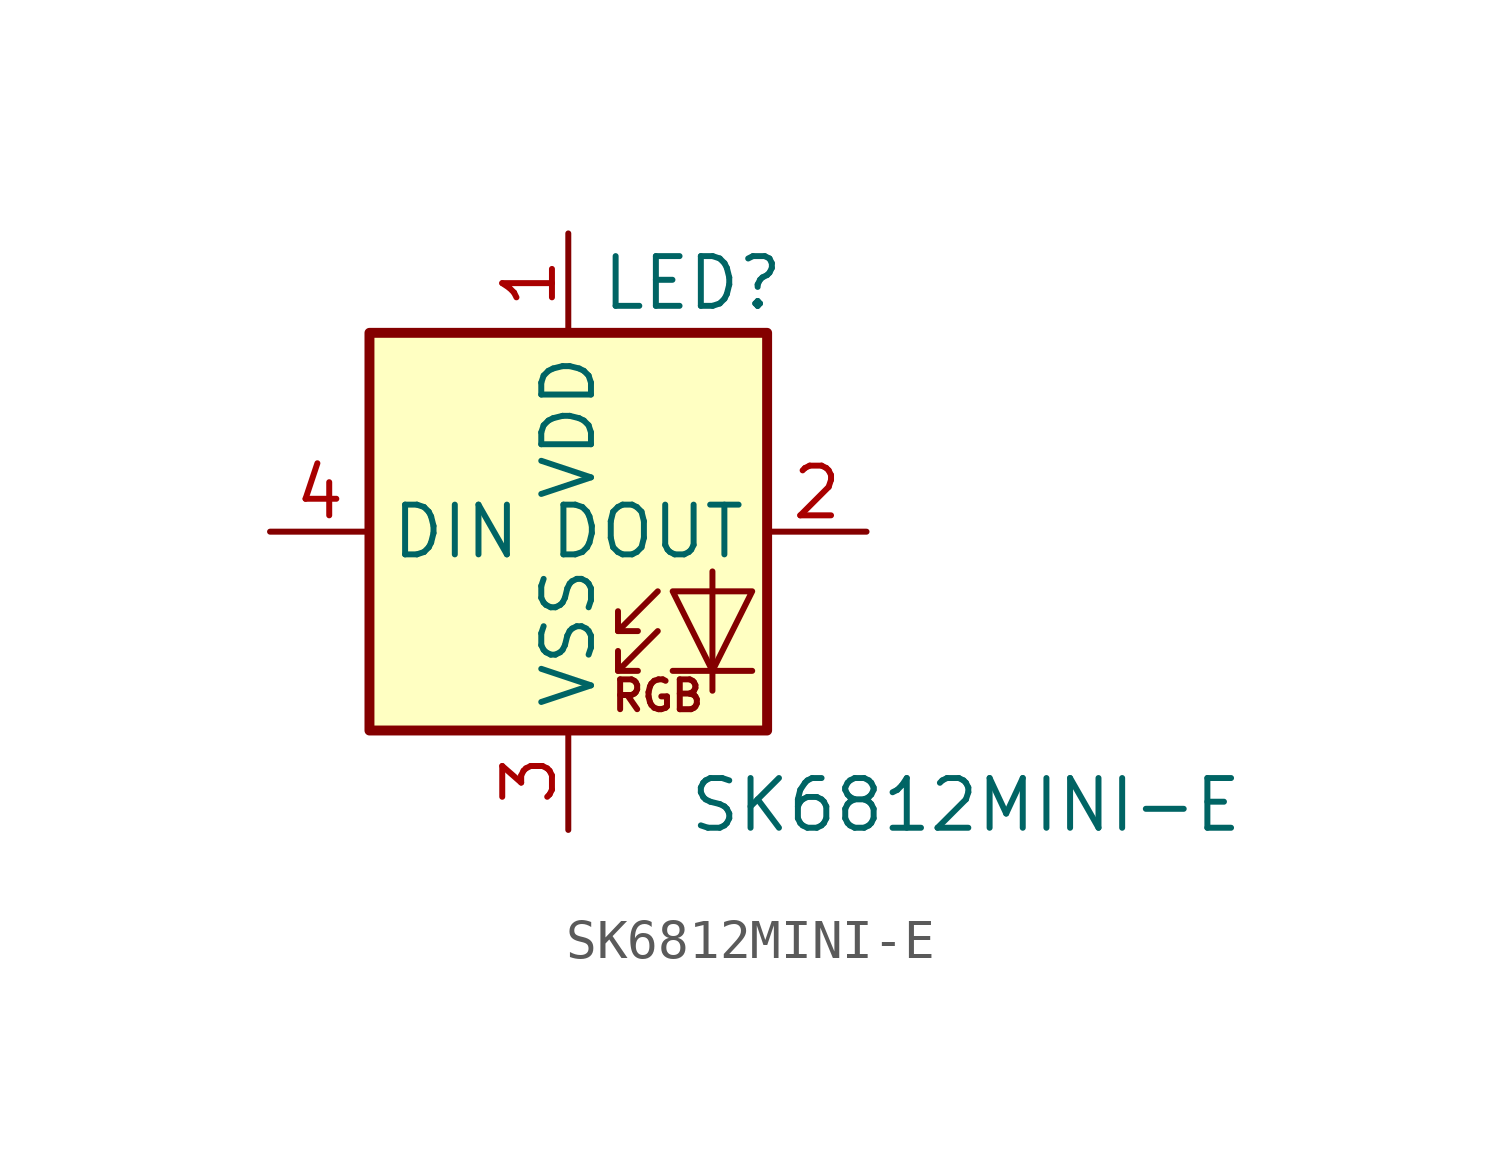
<source format=kicad_sym>
(kicad_symbol_lib
  (version 20241209)
  (generator "kicad_symbol_editor")
  (generator_version "9.0")
  (symbol "SK6812MINI-E"
    (property "Reference" "LED"
      (at 3.175 6.35 0)
      (effects (font (size 1.27 1.27))))
    (property "Value" "SK6812MINI-E"
      (at 10.16 -6.985 0)
      (effects (font (size 1.27 1.27))))
    (symbol "SK6812MINI-E_0_0"
      (text "RGB" (at 2.286 -4.191 0) (effects (font (size 0.762 0.762)))))
    (symbol "SK6812MINI-E_0_1"
      (rectangle (start -5.08 5.08) (end 5.08 -5.08) (stroke (width 0.254) (type default)) (fill (type background)))
      (polyline (pts (xy 1.27 -2.54) (xy 1.778 -2.54)) (stroke (width 0) (type default)) (fill (type none)))
      (polyline (pts (xy 1.27 -3.556) (xy 1.778 -3.556)) (stroke (width 0) (type default)) (fill (type none)))
      (polyline (pts (xy 2.286 -1.524) (xy 1.27 -2.54) (xy 1.27 -2.032)) (stroke (width 0) (type default)) (fill (type none)))
      (polyline (pts (xy 2.286 -2.54) (xy 1.27 -3.556) (xy 1.27 -3.048)) (stroke (width 0) (type default)) (fill (type none)))
      (polyline (pts (xy 3.683 -1.016) (xy 3.683 -3.556) (xy 3.683 -4.064)) (stroke (width 0) (type default)) (fill (type none)))
      (polyline (pts (xy 4.699 -1.524) (xy 2.667 -1.524) (xy 3.683 -3.556) (xy 4.699 -1.524)) (stroke (width 0) (type default)) (fill (type none)))
      (polyline (pts (xy 4.699 -3.556) (xy 2.667 -3.556)) (stroke (width 0) (type default)) (fill (type none))))
    (symbol "SK6812MINI-E_1_1"
      (pin input line (at -7.62 0 0) (length 2.54) (name "DIN" (effects (font (size 1.27 1.27)))) (number "4" (effects (font (size 1.27 1.27)))))
      (pin power_in line (at 0 7.62 270) (length 2.54) (name "VDD" (effects (font (size 1.27 1.27)))) (number "1" (effects (font (size 1.27 1.27)))))
      (pin power_in line (at 0 -7.62 90) (length 2.54) (name "VSS" (effects (font (size 1.27 1.27)))) (number "3" (effects (font (size 1.27 1.27)))))
      (pin output line (at 7.62 0 180) (length 2.54) (name "DOUT" (effects (font (size 1.27 1.27)))) (number "2" (effects (font (size 1.27 1.27))))))))
</source>
